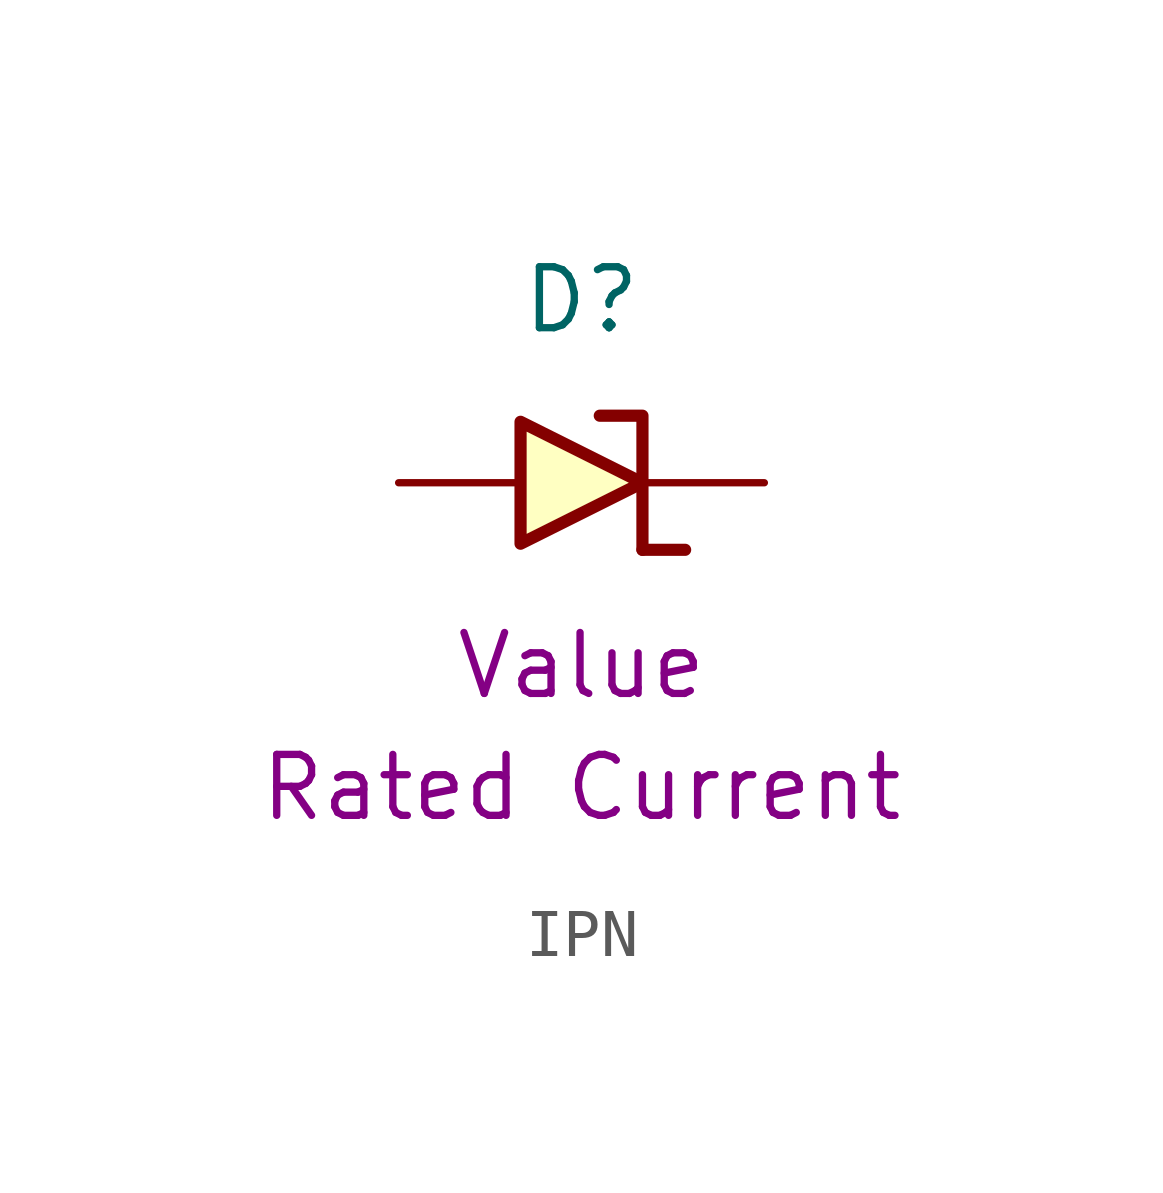
<source format=kicad_sym>
(kicad_symbol_lib
  (version 20211014)
  (generator kicad_symbol_editor)
  (symbol "IPN"
    (pin_numbers hide)
    (pin_names
      (offset 0) hide)
    (property "Reference" "D"
      (at 0 3.81 0)
      (effects (font (size 1.27 1.27))))
    (property "Part Number" "Value"
      (at 0 -3.81 0)
      (effects (font (size 1.27 1.27))))
    (property "Current (Amps)" "Rated Current"
      (at 0 -6.35 0)
      (effects (font (size 1.27 1.27))))
    (symbol "IPN_0_1"
      (polyline (pts (xy 1.27 -1.397) (xy 2.159 -1.397)) (stroke (width 0.254) (type default) (color 0 0 0 0)) (fill (type none)))
      (polyline (pts (xy 1.27 -1.397) (xy 1.27 1.397) (xy 0.381 1.397)) (stroke (width 0.254) (type default) (color 0 0 0 0)) (fill (type none)))
      (polyline (pts (xy -1.27 1.27) (xy -1.27 -1.27) (xy 1.27 0) (xy -1.27 1.27)) (stroke (width 0.254) (type default) (color 0 0 0 0)) (fill (type background))))
    (symbol "IPN_1_1"
      (pin passive line (at 3.81 0 180) (length 2.54) (name "Cathode" (effects (font (size 1.27 1.27)))) (number "1" (effects (font (size 1.27 1.27)))))
      (pin passive line (at -3.81 0 0) (length 2.54) (name "Anode" (effects (font (size 1.27 1.27)))) (number "2" (effects (font (size 1.27 1.27))))))))
</source>
